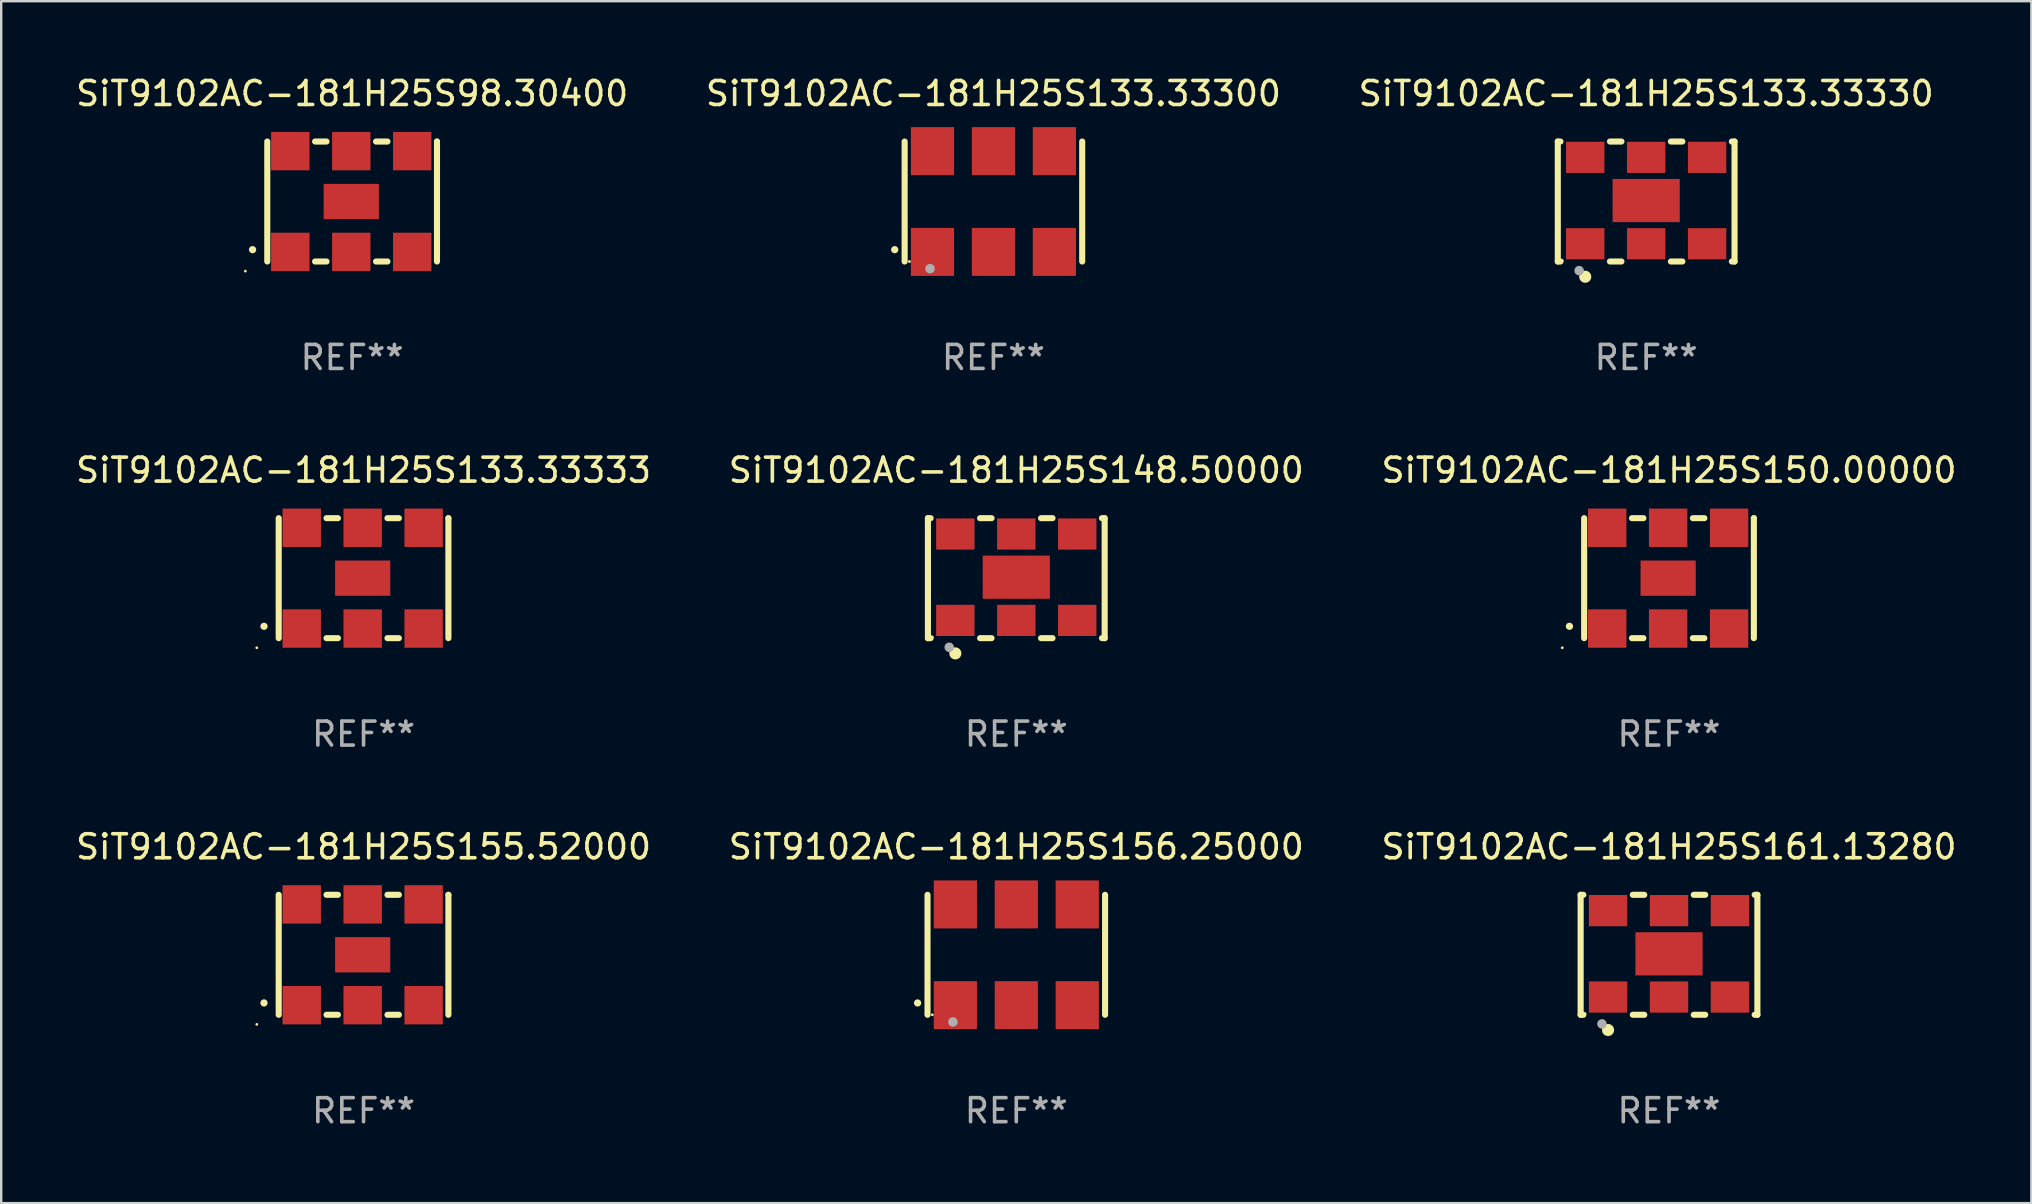
<source format=kicad_pcb>
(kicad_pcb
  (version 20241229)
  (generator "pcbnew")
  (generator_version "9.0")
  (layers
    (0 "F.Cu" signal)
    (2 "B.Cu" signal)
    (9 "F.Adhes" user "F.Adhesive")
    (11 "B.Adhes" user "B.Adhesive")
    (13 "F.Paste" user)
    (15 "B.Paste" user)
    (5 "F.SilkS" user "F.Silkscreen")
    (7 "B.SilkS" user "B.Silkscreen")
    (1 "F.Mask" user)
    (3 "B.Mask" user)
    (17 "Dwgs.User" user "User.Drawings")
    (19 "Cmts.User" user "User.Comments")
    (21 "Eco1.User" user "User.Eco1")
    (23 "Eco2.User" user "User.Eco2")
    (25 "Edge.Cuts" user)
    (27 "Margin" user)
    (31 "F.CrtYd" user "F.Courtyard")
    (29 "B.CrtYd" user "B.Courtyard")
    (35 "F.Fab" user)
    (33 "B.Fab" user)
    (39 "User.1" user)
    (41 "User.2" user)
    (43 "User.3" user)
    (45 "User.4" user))
  (footprint "SiT9102AC-181H25S161.13280"
    (layer "F.Cu")
    (at 66.506 36.741)
    (property "Reference" "SiT9102AC-181H25S161.13280" (at 0 -4.5 0) (layer "F.SilkS") (effects (font (size 1 1) (thickness 0.15))))
    (attr through_hole)
    (fp_line (start -3.683 -2.5) (end -3.571 -2.5) (stroke (width 0.254) (type solid)) (layer "F.SilkS"))
    (fp_line (start -3.683 2.5) (end -3.683 -2.5) (stroke (width 0.254) (type solid)) (layer "F.SilkS"))
    (fp_line (start -3.683 2.5) (end -3.571 2.5) (stroke (width 0.254) (type solid)) (layer "F.SilkS"))
    (fp_line (start -1.509 -2.5) (end -1.031 -2.5) (stroke (width 0.254) (type solid)) (layer "F.SilkS"))
    (fp_line (start -1.509 2.5) (end -1.031 2.5) (stroke (width 0.254) (type solid)) (layer "F.SilkS"))
    (fp_line (start 1.031 -2.5) (end 1.509 -2.5) (stroke (width 0.254) (type solid)) (layer "F.SilkS"))
    (fp_line (start 1.031 2.5) (end 1.509 2.5) (stroke (width 0.254) (type solid)) (layer "F.SilkS"))
    (fp_line (start 3.571 -2.5) (end 3.683 -2.5) (stroke (width 0.254) (type solid)) (layer "F.SilkS"))
    (fp_line (start 3.571 2.5) (end 3.683 2.5) (stroke (width 0.254) (type solid)) (layer "F.SilkS"))
    (fp_line (start 3.683 2.5) (end 3.683 -2.5) (stroke (width 0.254) (type solid)) (layer "F.SilkS"))
    (fp_circle (center -3.5 2.46) (end -3.47 2.46) (stroke (width 0.06) (type solid)) (fill no) (layer "F.SilkS"))
    (fp_circle (center -2.54 3.135) (end -2.413 3.135) (stroke (width 0.254) (type solid)) (fill no) (layer "F.SilkS"))
    (fp_circle (center -2.794 2.881) (end -2.694 2.881) (stroke (width 0.2) (type solid)) (fill no) (layer "F.Fab"))
    (fp_text user "REF**" (at 0 6.5 0) (layer "F.Fab") (effects (font (size 1 1) (thickness 0.15))))
    (pad "1" smd rect (at -2.54 1.76) (size 1.6 1.3) (layers "F.Cu" "F.Mask" "F.Paste"))
    (pad "2" smd rect (at 0 1.76) (size 1.6 1.3) (layers "F.Cu" "F.Mask" "F.Paste"))
    (pad "3" smd rect (at 2.54 1.76) (size 1.6 1.3) (layers "F.Cu" "F.Mask" "F.Paste"))
    (pad "4" smd rect (at 2.54 -1.84) (size 1.6 1.3) (layers "F.Cu" "F.Mask" "F.Paste"))
    (pad "5" smd rect (at 0 -1.84) (size 1.6 1.3) (layers "F.Cu" "F.Mask" "F.Paste"))
    (pad "6" smd rect (at -2.54 -1.84) (size 1.6 1.3) (layers "F.Cu" "F.Mask" "F.Paste"))
    (pad "7" smd rect (at 0 -0.04) (size 2.8 1.8) (layers "F.Cu" "F.Mask" "F.Paste")))
  (footprint "SiT9102AC-181H25S156.25000"
    (layer "F.Cu")
    (at 39.304 36.741)
    (property "Reference" "SiT9102AC-181H25S156.25000" (at 0 -4.5 0) (layer "F.SilkS") (effects (font (size 1 1) (thickness 0.15))))
    (attr through_hole)
    (fp_line (start -3.7 -2.5) (end -3.7 2.5) (stroke (width 0.254) (type solid)) (layer "F.SilkS"))
    (fp_line (start 3.7 -2.5) (end 3.7 2.5) (stroke (width 0.254) (type solid)) (layer "F.SilkS"))
    (fp_arc (start -4.114415 2.006604) (mid -4.113145 2.006599) (end -4.111875 2.006604) (stroke (width 0.3) (type solid)) (layer "F.SilkS"))
    (fp_circle (center -3.5 2.501) (end -3.47 2.501) (stroke (width 0.06) (type solid)) (fill no) (layer "F.SilkS"))
    (fp_circle (center -2.641 2.799) (end -2.541 2.799) (stroke (width 0.2) (type solid)) (fill no) (layer "F.Fab"))
    (fp_text user "REF**" (at 0 6.5 0) (layer "F.Fab") (effects (font (size 1 1) (thickness 0.15))))
    (pad "1" smd rect (at -2.54 2.1) (size 1.8 2) (layers "F.Cu" "F.Mask" "F.Paste"))
    (pad "2" smd rect (at 0.000394 2.1) (size 1.8 2) (layers "F.Cu" "F.Mask" "F.Paste"))
    (pad "3" smd rect (at 2.54 2.1) (size 1.8 2) (layers "F.Cu" "F.Mask" "F.Paste"))
    (pad "4" smd rect (at 2.54 -2.1) (size 1.8 2) (layers "F.Cu" "F.Mask" "F.Paste"))
    (pad "5" smd rect (at 0.000394 -2.1) (size 1.8 2) (layers "F.Cu" "F.Mask" "F.Paste"))
    (pad "6" smd rect (at -2.54 -2.1) (size 1.8 2) (layers "F.Cu" "F.Mask" "F.Paste")))
  (footprint "SiT9102AC-181H25S98.30400"
    (layer "F.Cu")
    (at 11.625 5.348)
    (property "Reference" "SiT9102AC-181H25S98.30400" (at 0 -4.5 0) (layer "F.SilkS") (effects (font (size 1 1) (thickness 0.15))))
    (attr through_hole)
    (fp_line (start -3.536 -2.5) (end -3.536 2.5) (stroke (width 0.254) (type solid)) (layer "F.SilkS"))
    (fp_line (start -1.544 2.5) (end -1.067 2.5) (stroke (width 0.254) (type solid)) (layer "F.SilkS"))
    (fp_line (start -1.067 -2.5) (end -1.544 -2.5) (stroke (width 0.254) (type solid)) (layer "F.SilkS"))
    (fp_line (start 0.996 2.5) (end 1.473 2.5) (stroke (width 0.254) (type solid)) (layer "F.SilkS"))
    (fp_line (start 1.473 -2.5) (end 0.996 -2.5) (stroke (width 0.254) (type solid)) (layer "F.SilkS"))
    (fp_line (start 3.536 -2.5) (end 3.536 -2.5) (stroke (width 0.254) (type solid)) (layer "F.SilkS"))
    (fp_line (start 3.536 2.5) (end 3.536 -2.5) (stroke (width 0.254) (type solid)) (layer "F.SilkS"))
    (fp_arc (start -4.150432 2.006604) (mid -4.149162 2.006599) (end -4.147892 2.006604) (stroke (width 0.3) (type solid)) (layer "F.SilkS"))
    (fp_circle (center -4.449 2.9) (end -4.419 2.9) (stroke (width 0.06) (type solid)) (fill no) (layer "F.SilkS"))
    (fp_text user "REF**" (at 0 6.5 0) (layer "F.Fab") (effects (font (size 1 1) (thickness 0.15))))
    (pad "1" smd rect (at -2.576 2.1) (size 1.6 1.6) (layers "F.Cu" "F.Mask" "F.Paste"))
    (pad "2" smd rect (at -0.036 2.1) (size 1.6 1.6) (layers "F.Cu" "F.Mask" "F.Paste"))
    (pad "3" smd rect (at 2.504 2.1) (size 1.6 1.6) (layers "F.Cu" "F.Mask" "F.Paste"))
    (pad "4" smd rect (at 2.504 -2.1) (size 1.6 1.6) (layers "F.Cu" "F.Mask" "F.Paste"))
    (pad "5" smd rect (at -0.036 -2.1) (size 1.6 1.6) (layers "F.Cu" "F.Mask" "F.Paste"))
    (pad "6" smd rect (at -2.576 -2.1) (size 1.6 1.6) (layers "F.Cu" "F.Mask" "F.Paste"))
    (pad "7" smd rect (at -0.036 0) (size 2.3 1.47) (layers "F.Cu" "F.Mask" "F.Paste")))
  (footprint "SiT9102AC-181H25S133.33333"
    (layer "F.Cu")
    (at 12.101 21.045)
    (property "Reference" "SiT9102AC-181H25S133.33333" (at 0 -4.5 0) (layer "F.SilkS") (effects (font (size 1 1) (thickness 0.15))))
    (attr through_hole)
    (fp_line (start -3.536 -2.5) (end -3.536 2.5) (stroke (width 0.254) (type solid)) (layer "F.SilkS"))
    (fp_line (start -1.544 2.5) (end -1.067 2.5) (stroke (width 0.254) (type solid)) (layer "F.SilkS"))
    (fp_line (start -1.067 -2.5) (end -1.544 -2.5) (stroke (width 0.254) (type solid)) (layer "F.SilkS"))
    (fp_line (start 0.996 2.5) (end 1.473 2.5) (stroke (width 0.254) (type solid)) (layer "F.SilkS"))
    (fp_line (start 1.473 -2.5) (end 0.996 -2.5) (stroke (width 0.254) (type solid)) (layer "F.SilkS"))
    (fp_line (start 3.536 -2.5) (end 3.536 -2.5) (stroke (width 0.254) (type solid)) (layer "F.SilkS"))
    (fp_line (start 3.536 2.5) (end 3.536 -2.5) (stroke (width 0.254) (type solid)) (layer "F.SilkS"))
    (fp_arc (start -4.150432 2.006604) (mid -4.149162 2.006599) (end -4.147892 2.006604) (stroke (width 0.3) (type solid)) (layer "F.SilkS"))
    (fp_circle (center -4.449 2.9) (end -4.419 2.9) (stroke (width 0.06) (type solid)) (fill no) (layer "F.SilkS"))
    (fp_text user "REF**" (at 0 6.5 0) (layer "F.Fab") (effects (font (size 1 1) (thickness 0.15))))
    (pad "1" smd rect (at -2.576 2.1) (size 1.6 1.6) (layers "F.Cu" "F.Mask" "F.Paste"))
    (pad "2" smd rect (at -0.036 2.1) (size 1.6 1.6) (layers "F.Cu" "F.Mask" "F.Paste"))
    (pad "3" smd rect (at 2.504 2.1) (size 1.6 1.6) (layers "F.Cu" "F.Mask" "F.Paste"))
    (pad "4" smd rect (at 2.504 -2.1) (size 1.6 1.6) (layers "F.Cu" "F.Mask" "F.Paste"))
    (pad "5" smd rect (at -0.036 -2.1) (size 1.6 1.6) (layers "F.Cu" "F.Mask" "F.Paste"))
    (pad "6" smd rect (at -2.576 -2.1) (size 1.6 1.6) (layers "F.Cu" "F.Mask" "F.Paste"))
    (pad "7" smd rect (at -0.036 0) (size 2.3 1.47) (layers "F.Cu" "F.Mask" "F.Paste")))
  (footprint "SiT9102AC-181H25S155.52000"
    (layer "F.Cu")
    (at 12.101 36.741)
    (property "Reference" "SiT9102AC-181H25S155.52000" (at 0 -4.5 0) (layer "F.SilkS") (effects (font (size 1 1) (thickness 0.15))))
    (attr through_hole)
    (fp_line (start -3.536 -2.5) (end -3.536 2.5) (stroke (width 0.254) (type solid)) (layer "F.SilkS"))
    (fp_line (start -1.544 2.5) (end -1.067 2.5) (stroke (width 0.254) (type solid)) (layer "F.SilkS"))
    (fp_line (start -1.067 -2.5) (end -1.544 -2.5) (stroke (width 0.254) (type solid)) (layer "F.SilkS"))
    (fp_line (start 0.996 2.5) (end 1.473 2.5) (stroke (width 0.254) (type solid)) (layer "F.SilkS"))
    (fp_line (start 1.473 -2.5) (end 0.996 -2.5) (stroke (width 0.254) (type solid)) (layer "F.SilkS"))
    (fp_line (start 3.536 -2.5) (end 3.536 -2.5) (stroke (width 0.254) (type solid)) (layer "F.SilkS"))
    (fp_line (start 3.536 2.5) (end 3.536 -2.5) (stroke (width 0.254) (type solid)) (layer "F.SilkS"))
    (fp_arc (start -4.150432 2.006604) (mid -4.149162 2.006599) (end -4.147892 2.006604) (stroke (width 0.3) (type solid)) (layer "F.SilkS"))
    (fp_circle (center -4.449 2.9) (end -4.419 2.9) (stroke (width 0.06) (type solid)) (fill no) (layer "F.SilkS"))
    (fp_text user "REF**" (at 0 6.5 0) (layer "F.Fab") (effects (font (size 1 1) (thickness 0.15))))
    (pad "1" smd rect (at -2.576 2.1) (size 1.6 1.6) (layers "F.Cu" "F.Mask" "F.Paste"))
    (pad "2" smd rect (at -0.036 2.1) (size 1.6 1.6) (layers "F.Cu" "F.Mask" "F.Paste"))
    (pad "3" smd rect (at 2.504 2.1) (size 1.6 1.6) (layers "F.Cu" "F.Mask" "F.Paste"))
    (pad "4" smd rect (at 2.504 -2.1) (size 1.6 1.6) (layers "F.Cu" "F.Mask" "F.Paste"))
    (pad "5" smd rect (at -0.036 -2.1) (size 1.6 1.6) (layers "F.Cu" "F.Mask" "F.Paste"))
    (pad "6" smd rect (at -2.576 -2.1) (size 1.6 1.6) (layers "F.Cu" "F.Mask" "F.Paste"))
    (pad "7" smd rect (at -0.036 0) (size 2.3 1.47) (layers "F.Cu" "F.Mask" "F.Paste")))
  (footprint "SiT9102AC-181H25S148.50000"
    (layer "F.Cu")
    (at 39.304 21.045)
    (property "Reference" "SiT9102AC-181H25S148.50000" (at 0 -4.5 0) (layer "F.SilkS") (effects (font (size 1 1) (thickness 0.15))))
    (attr through_hole)
    (fp_line (start -3.683 -2.5) (end -3.571 -2.5) (stroke (width 0.254) (type solid)) (layer "F.SilkS"))
    (fp_line (start -3.683 2.5) (end -3.683 -2.5) (stroke (width 0.254) (type solid)) (layer "F.SilkS"))
    (fp_line (start -3.683 2.5) (end -3.571 2.5) (stroke (width 0.254) (type solid)) (layer "F.SilkS"))
    (fp_line (start -1.509 -2.5) (end -1.031 -2.5) (stroke (width 0.254) (type solid)) (layer "F.SilkS"))
    (fp_line (start -1.509 2.5) (end -1.031 2.5) (stroke (width 0.254) (type solid)) (layer "F.SilkS"))
    (fp_line (start 1.031 -2.5) (end 1.509 -2.5) (stroke (width 0.254) (type solid)) (layer "F.SilkS"))
    (fp_line (start 1.031 2.5) (end 1.509 2.5) (stroke (width 0.254) (type solid)) (layer "F.SilkS"))
    (fp_line (start 3.571 -2.5) (end 3.683 -2.5) (stroke (width 0.254) (type solid)) (layer "F.SilkS"))
    (fp_line (start 3.571 2.5) (end 3.683 2.5) (stroke (width 0.254) (type solid)) (layer "F.SilkS"))
    (fp_line (start 3.683 2.5) (end 3.683 -2.5) (stroke (width 0.254) (type solid)) (layer "F.SilkS"))
    (fp_circle (center -3.5 2.46) (end -3.47 2.46) (stroke (width 0.06) (type solid)) (fill no) (layer "F.SilkS"))
    (fp_circle (center -2.54 3.135) (end -2.413 3.135) (stroke (width 0.254) (type solid)) (fill no) (layer "F.SilkS"))
    (fp_circle (center -2.794 2.881) (end -2.694 2.881) (stroke (width 0.2) (type solid)) (fill no) (layer "F.Fab"))
    (fp_text user "REF**" (at 0 6.5 0) (layer "F.Fab") (effects (font (size 1 1) (thickness 0.15))))
    (pad "1" smd rect (at -2.54 1.76) (size 1.6 1.3) (layers "F.Cu" "F.Mask" "F.Paste"))
    (pad "2" smd rect (at 0 1.76) (size 1.6 1.3) (layers "F.Cu" "F.Mask" "F.Paste"))
    (pad "3" smd rect (at 2.54 1.76) (size 1.6 1.3) (layers "F.Cu" "F.Mask" "F.Paste"))
    (pad "4" smd rect (at 2.54 -1.84) (size 1.6 1.3) (layers "F.Cu" "F.Mask" "F.Paste"))
    (pad "5" smd rect (at 0 -1.84) (size 1.6 1.3) (layers "F.Cu" "F.Mask" "F.Paste"))
    (pad "6" smd rect (at -2.54 -1.84) (size 1.6 1.3) (layers "F.Cu" "F.Mask" "F.Paste"))
    (pad "7" smd rect (at 0 -0.04) (size 2.8 1.8) (layers "F.Cu" "F.Mask" "F.Paste")))
  (footprint "SiT9102AC-181H25S150.00000"
    (layer "F.Cu")
    (at 66.506 21.045)
    (property "Reference" "SiT9102AC-181H25S150.00000" (at 0 -4.5 0) (layer "F.SilkS") (effects (font (size 1 1) (thickness 0.15))))
    (attr through_hole)
    (fp_line (start -3.536 -2.5) (end -3.536 2.5) (stroke (width 0.254) (type solid)) (layer "F.SilkS"))
    (fp_line (start -1.544 2.5) (end -1.067 2.5) (stroke (width 0.254) (type solid)) (layer "F.SilkS"))
    (fp_line (start -1.067 -2.5) (end -1.544 -2.5) (stroke (width 0.254) (type solid)) (layer "F.SilkS"))
    (fp_line (start 0.996 2.5) (end 1.473 2.5) (stroke (width 0.254) (type solid)) (layer "F.SilkS"))
    (fp_line (start 1.473 -2.5) (end 0.996 -2.5) (stroke (width 0.254) (type solid)) (layer "F.SilkS"))
    (fp_line (start 3.536 -2.5) (end 3.536 -2.5) (stroke (width 0.254) (type solid)) (layer "F.SilkS"))
    (fp_line (start 3.536 2.5) (end 3.536 -2.5) (stroke (width 0.254) (type solid)) (layer "F.SilkS"))
    (fp_arc (start -4.150432 2.006604) (mid -4.149162 2.006599) (end -4.147892 2.006604) (stroke (width 0.3) (type solid)) (layer "F.SilkS"))
    (fp_circle (center -4.449 2.9) (end -4.419 2.9) (stroke (width 0.06) (type solid)) (fill no) (layer "F.SilkS"))
    (fp_text user "REF**" (at 0 6.5 0) (layer "F.Fab") (effects (font (size 1 1) (thickness 0.15))))
    (pad "1" smd rect (at -2.576 2.1) (size 1.6 1.6) (layers "F.Cu" "F.Mask" "F.Paste"))
    (pad "2" smd rect (at -0.036 2.1) (size 1.6 1.6) (layers "F.Cu" "F.Mask" "F.Paste"))
    (pad "3" smd rect (at 2.504 2.1) (size 1.6 1.6) (layers "F.Cu" "F.Mask" "F.Paste"))
    (pad "4" smd rect (at 2.504 -2.1) (size 1.6 1.6) (layers "F.Cu" "F.Mask" "F.Paste"))
    (pad "5" smd rect (at -0.036 -2.1) (size 1.6 1.6) (layers "F.Cu" "F.Mask" "F.Paste"))
    (pad "6" smd rect (at -2.576 -2.1) (size 1.6 1.6) (layers "F.Cu" "F.Mask" "F.Paste"))
    (pad "7" smd rect (at -0.036 0) (size 2.3 1.47) (layers "F.Cu" "F.Mask" "F.Paste")))
  (footprint "SiT9102AC-181H25S133.33330"
    (layer "F.Cu")
    (at 65.554 5.348)
    (property "Reference" "SiT9102AC-181H25S133.33330" (at 0 -4.5 0) (layer "F.SilkS") (effects (font (size 1 1) (thickness 0.15))))
    (attr through_hole)
    (fp_line (start -3.683 -2.5) (end -3.571 -2.5) (stroke (width 0.254) (type solid)) (layer "F.SilkS"))
    (fp_line (start -3.683 2.5) (end -3.683 -2.5) (stroke (width 0.254) (type solid)) (layer "F.SilkS"))
    (fp_line (start -3.683 2.5) (end -3.571 2.5) (stroke (width 0.254) (type solid)) (layer "F.SilkS"))
    (fp_line (start -1.509 -2.5) (end -1.031 -2.5) (stroke (width 0.254) (type solid)) (layer "F.SilkS"))
    (fp_line (start -1.509 2.5) (end -1.031 2.5) (stroke (width 0.254) (type solid)) (layer "F.SilkS"))
    (fp_line (start 1.031 -2.5) (end 1.509 -2.5) (stroke (width 0.254) (type solid)) (layer "F.SilkS"))
    (fp_line (start 1.031 2.5) (end 1.509 2.5) (stroke (width 0.254) (type solid)) (layer "F.SilkS"))
    (fp_line (start 3.571 -2.5) (end 3.683 -2.5) (stroke (width 0.254) (type solid)) (layer "F.SilkS"))
    (fp_line (start 3.571 2.5) (end 3.683 2.5) (stroke (width 0.254) (type solid)) (layer "F.SilkS"))
    (fp_line (start 3.683 2.5) (end 3.683 -2.5) (stroke (width 0.254) (type solid)) (layer "F.SilkS"))
    (fp_circle (center -3.5 2.46) (end -3.47 2.46) (stroke (width 0.06) (type solid)) (fill no) (layer "F.SilkS"))
    (fp_circle (center -2.54 3.135) (end -2.413 3.135) (stroke (width 0.254) (type solid)) (fill no) (layer "F.SilkS"))
    (fp_circle (center -2.794 2.881) (end -2.694 2.881) (stroke (width 0.2) (type solid)) (fill no) (layer "F.Fab"))
    (fp_text user "REF**" (at 0 6.5 0) (layer "F.Fab") (effects (font (size 1 1) (thickness 0.15))))
    (pad "1" smd rect (at -2.54 1.76) (size 1.6 1.3) (layers "F.Cu" "F.Mask" "F.Paste"))
    (pad "2" smd rect (at 0 1.76) (size 1.6 1.3) (layers "F.Cu" "F.Mask" "F.Paste"))
    (pad "3" smd rect (at 2.54 1.76) (size 1.6 1.3) (layers "F.Cu" "F.Mask" "F.Paste"))
    (pad "4" smd rect (at 2.54 -1.84) (size 1.6 1.3) (layers "F.Cu" "F.Mask" "F.Paste"))
    (pad "5" smd rect (at 0 -1.84) (size 1.6 1.3) (layers "F.Cu" "F.Mask" "F.Paste"))
    (pad "6" smd rect (at -2.54 -1.84) (size 1.6 1.3) (layers "F.Cu" "F.Mask" "F.Paste"))
    (pad "7" smd rect (at 0 -0.04) (size 2.8 1.8) (layers "F.Cu" "F.Mask" "F.Paste")))
  (footprint "SiT9102AC-181H25S133.33300"
    (layer "F.Cu")
    (at 38.351 5.348)
    (property "Reference" "SiT9102AC-181H25S133.33300" (at 0 -4.5 0) (layer "F.SilkS") (effects (font (size 1 1) (thickness 0.15))))
    (attr through_hole)
    (fp_line (start -3.7 -2.5) (end -3.7 2.5) (stroke (width 0.254) (type solid)) (layer "F.SilkS"))
    (fp_line (start 3.7 -2.5) (end 3.7 2.5) (stroke (width 0.254) (type solid)) (layer "F.SilkS"))
    (fp_arc (start -4.114415 2.006604) (mid -4.113145 2.006599) (end -4.111875 2.006604) (stroke (width 0.3) (type solid)) (layer "F.SilkS"))
    (fp_circle (center -3.5 2.501) (end -3.47 2.501) (stroke (width 0.06) (type solid)) (fill no) (layer "F.SilkS"))
    (fp_circle (center -2.641 2.799) (end -2.541 2.799) (stroke (width 0.2) (type solid)) (fill no) (layer "F.Fab"))
    (fp_text user "REF**" (at 0 6.5 0) (layer "F.Fab") (effects (font (size 1 1) (thickness 0.15))))
    (pad "1" smd rect (at -2.54 2.1) (size 1.8 2) (layers "F.Cu" "F.Mask" "F.Paste"))
    (pad "2" smd rect (at 0.000394 2.1) (size 1.8 2) (layers "F.Cu" "F.Mask" "F.Paste"))
    (pad "3" smd rect (at 2.54 2.1) (size 1.8 2) (layers "F.Cu" "F.Mask" "F.Paste"))
    (pad "4" smd rect (at 2.54 -2.1) (size 1.8 2) (layers "F.Cu" "F.Mask" "F.Paste"))
    (pad "5" smd rect (at 0.000394 -2.1) (size 1.8 2) (layers "F.Cu" "F.Mask" "F.Paste"))
    (pad "6" smd rect (at -2.54 -2.1) (size 1.8 2) (layers "F.Cu" "F.Mask" "F.Paste")))
  (gr_rect
    (start -3 -3)
    (end 81.607 47.09)
    (stroke (width 0.1) (type default))
    (fill no)
    (layer "Edge.Cuts")))
</source>
